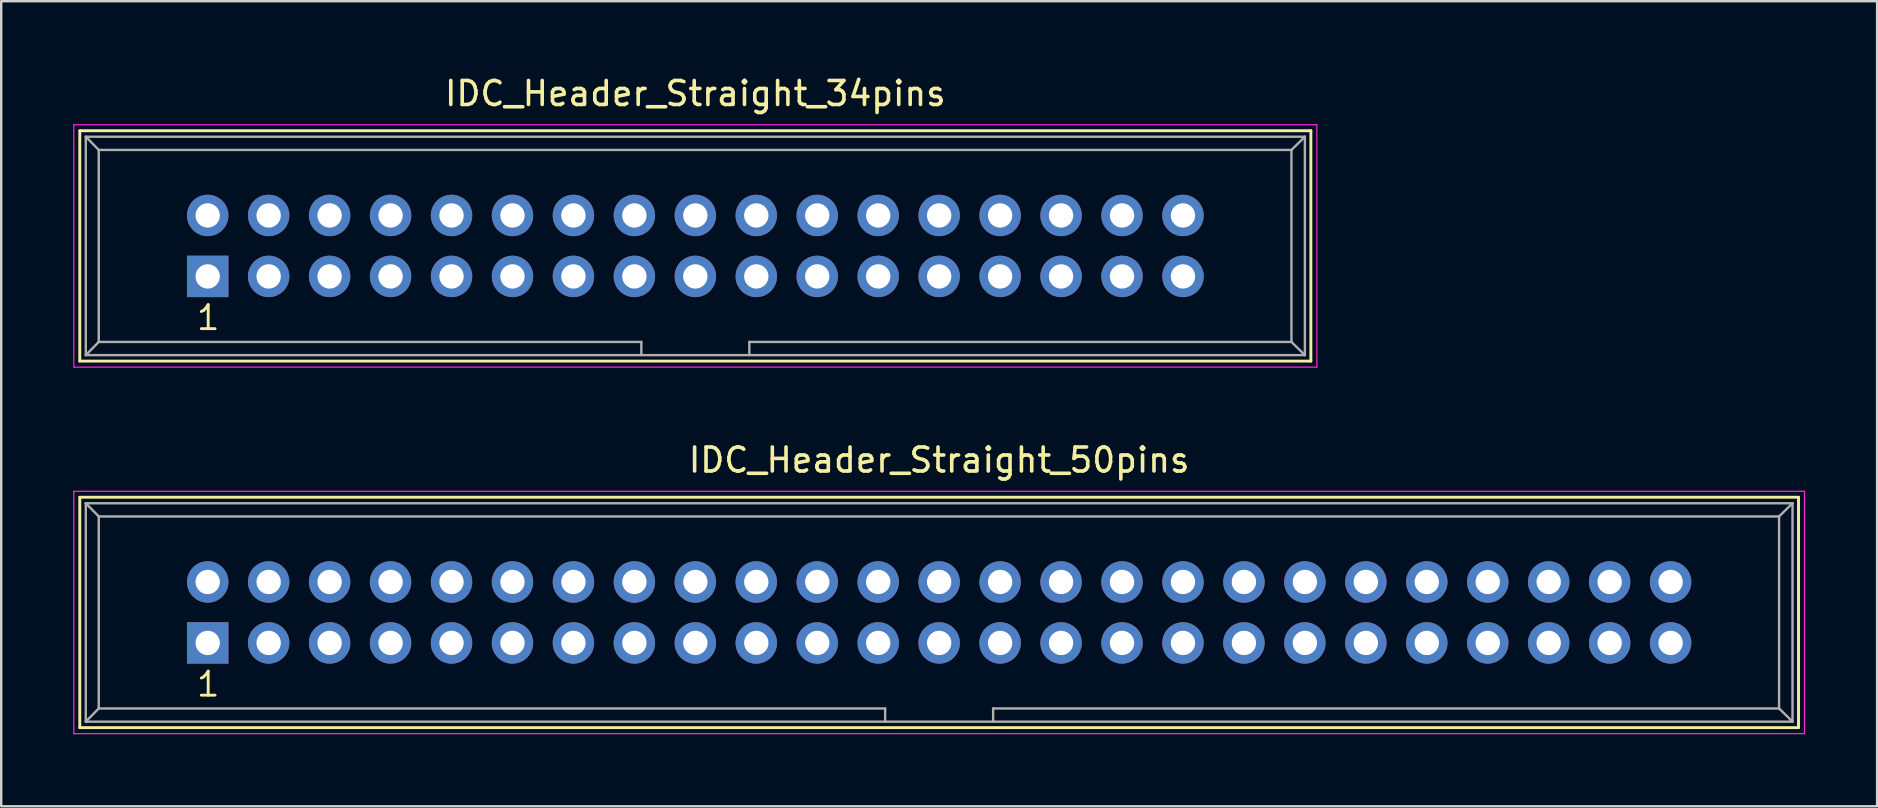
<source format=kicad_pcb>
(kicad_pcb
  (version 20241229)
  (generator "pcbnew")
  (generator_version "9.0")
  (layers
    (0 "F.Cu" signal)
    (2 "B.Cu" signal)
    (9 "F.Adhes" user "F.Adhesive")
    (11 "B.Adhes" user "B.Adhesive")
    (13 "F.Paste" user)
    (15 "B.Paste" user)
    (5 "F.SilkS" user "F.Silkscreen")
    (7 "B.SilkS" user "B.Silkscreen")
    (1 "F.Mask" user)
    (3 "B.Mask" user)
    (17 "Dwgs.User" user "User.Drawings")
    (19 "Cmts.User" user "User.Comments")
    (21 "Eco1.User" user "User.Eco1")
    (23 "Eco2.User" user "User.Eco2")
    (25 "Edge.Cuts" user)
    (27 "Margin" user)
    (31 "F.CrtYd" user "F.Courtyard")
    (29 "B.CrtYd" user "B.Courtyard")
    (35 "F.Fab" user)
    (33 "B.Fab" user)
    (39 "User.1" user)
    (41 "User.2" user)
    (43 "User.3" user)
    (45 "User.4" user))
  (footprint "IDC_Header_Straight_34pins"
    (layer "F.Cu")
    (at 5.605 8.468)
    (property "Reference" "IDC_Header_Straight_34pins" (at 20.32 -7.62 0) (layer "F.SilkS") (effects (font (size 1 1) (thickness 0.15))))
    (attr through_hole)
    (fp_line (start -5.33 -6.07) (end 45.97 -6.07) (stroke (width 0.12) (type solid)) (layer "F.SilkS"))
    (fp_line (start -5.33 3.53) (end -5.33 -6.07) (stroke (width 0.12) (type solid)) (layer "F.SilkS"))
    (fp_line (start 45.97 -6.07) (end 45.97 3.53) (stroke (width 0.12) (type solid)) (layer "F.SilkS"))
    (fp_line (start 45.97 3.53) (end -5.33 3.53) (stroke (width 0.12) (type solid)) (layer "F.SilkS"))
    (fp_line (start -5.58 -6.32) (end 46.22 -6.32) (stroke (width 0.05) (type solid)) (layer "F.CrtYd"))
    (fp_line (start -5.58 3.78) (end -5.58 -6.32) (stroke (width 0.05) (type solid)) (layer "F.CrtYd"))
    (fp_line (start 46.22 -6.32) (end 46.22 3.78) (stroke (width 0.05) (type solid)) (layer "F.CrtYd"))
    (fp_line (start 46.22 3.78) (end -5.58 3.78) (stroke (width 0.05) (type solid)) (layer "F.CrtYd"))
    (fp_line (start -5.08 -5.82) (end -5.08 3.28) (stroke (width 0.1) (type solid)) (layer "F.Fab"))
    (fp_line (start -5.08 -5.82) (end -4.54 -5.27) (stroke (width 0.1) (type solid)) (layer "F.Fab"))
    (fp_line (start -5.08 -5.82) (end 45.72 -5.82) (stroke (width 0.1) (type solid)) (layer "F.Fab"))
    (fp_line (start -5.08 3.28) (end -4.54 2.73) (stroke (width 0.1) (type solid)) (layer "F.Fab"))
    (fp_line (start -5.08 3.28) (end 45.72 3.28) (stroke (width 0.1) (type solid)) (layer "F.Fab"))
    (fp_line (start -4.54 -5.27) (end -4.54 2.73) (stroke (width 0.1) (type solid)) (layer "F.Fab"))
    (fp_line (start -4.54 -5.27) (end 45.16 -5.27) (stroke (width 0.1) (type solid)) (layer "F.Fab"))
    (fp_line (start -4.54 2.73) (end 18.07 2.73) (stroke (width 0.1) (type solid)) (layer "F.Fab"))
    (fp_line (start 18.07 2.73) (end 18.07 3.28) (stroke (width 0.1) (type solid)) (layer "F.Fab"))
    (fp_line (start 22.57 2.73) (end 22.57 3.28) (stroke (width 0.1) (type solid)) (layer "F.Fab"))
    (fp_line (start 22.57 2.73) (end 45.16 2.73) (stroke (width 0.1) (type solid)) (layer "F.Fab"))
    (fp_line (start 45.16 -5.27) (end 45.16 2.73) (stroke (width 0.1) (type solid)) (layer "F.Fab"))
    (fp_line (start 45.72 -5.82) (end 45.16 -5.27) (stroke (width 0.1) (type solid)) (layer "F.Fab"))
    (fp_line (start 45.72 -5.82) (end 45.72 3.28) (stroke (width 0.1) (type solid)) (layer "F.Fab"))
    (fp_line (start 45.72 3.28) (end 45.16 2.73) (stroke (width 0.1) (type solid)) (layer "F.Fab"))
    (fp_text user "1" (at 0.02 1.72 0) (layer "F.SilkS") (effects (font (size 1 1) (thickness 0.12))))
    (pad "1" thru_hole rect (at 0 0) (size 1.727 1.727) (drill 1.016) (layers "*.Cu" "*.Mask"))
    (pad "2" thru_hole oval (at 0 -2.54) (size 1.727 1.727) (drill 1.016) (layers "*.Cu" "*.Mask"))
    (pad "3" thru_hole oval (at 2.54 0) (size 1.727 1.727) (drill 1.016) (layers "*.Cu" "*.Mask"))
    (pad "4" thru_hole oval (at 2.54 -2.54) (size 1.727 1.727) (drill 1.016) (layers "*.Cu" "*.Mask"))
    (pad "5" thru_hole oval (at 5.08 0) (size 1.727 1.727) (drill 1.016) (layers "*.Cu" "*.Mask"))
    (pad "6" thru_hole oval (at 5.08 -2.54) (size 1.727 1.727) (drill 1.016) (layers "*.Cu" "*.Mask"))
    (pad "7" thru_hole oval (at 7.62 0) (size 1.727 1.727) (drill 1.016) (layers "*.Cu" "*.Mask"))
    (pad "8" thru_hole oval (at 7.62 -2.54) (size 1.727 1.727) (drill 1.016) (layers "*.Cu" "*.Mask"))
    (pad "9" thru_hole oval (at 10.16 0) (size 1.727 1.727) (drill 1.016) (layers "*.Cu" "*.Mask"))
    (pad "10" thru_hole oval (at 10.16 -2.54) (size 1.727 1.727) (drill 1.016) (layers "*.Cu" "*.Mask"))
    (pad "11" thru_hole oval (at 12.7 0) (size 1.727 1.727) (drill 1.016) (layers "*.Cu" "*.Mask"))
    (pad "12" thru_hole oval (at 12.7 -2.54) (size 1.727 1.727) (drill 1.016) (layers "*.Cu" "*.Mask"))
    (pad "13" thru_hole oval (at 15.24 0) (size 1.727 1.727) (drill 1.016) (layers "*.Cu" "*.Mask"))
    (pad "14" thru_hole oval (at 15.24 -2.54) (size 1.727 1.727) (drill 1.016) (layers "*.Cu" "*.Mask"))
    (pad "15" thru_hole oval (at 17.78 0) (size 1.727 1.727) (drill 1.016) (layers "*.Cu" "*.Mask"))
    (pad "16" thru_hole oval (at 17.78 -2.54) (size 1.727 1.727) (drill 1.016) (layers "*.Cu" "*.Mask"))
    (pad "17" thru_hole oval (at 20.32 0) (size 1.727 1.727) (drill 1.016) (layers "*.Cu" "*.Mask"))
    (pad "18" thru_hole oval (at 20.32 -2.54) (size 1.727 1.727) (drill 1.016) (layers "*.Cu" "*.Mask"))
    (pad "19" thru_hole oval (at 22.86 0) (size 1.727 1.727) (drill 1.016) (layers "*.Cu" "*.Mask"))
    (pad "20" thru_hole oval (at 22.86 -2.54) (size 1.727 1.727) (drill 1.016) (layers "*.Cu" "*.Mask"))
    (pad "21" thru_hole oval (at 25.4 0) (size 1.727 1.727) (drill 1.016) (layers "*.Cu" "*.Mask"))
    (pad "22" thru_hole oval (at 25.4 -2.54) (size 1.727 1.727) (drill 1.016) (layers "*.Cu" "*.Mask"))
    (pad "23" thru_hole oval (at 27.94 0) (size 1.727 1.727) (drill 1.016) (layers "*.Cu" "*.Mask"))
    (pad "24" thru_hole oval (at 27.94 -2.54) (size 1.727 1.727) (drill 1.016) (layers "*.Cu" "*.Mask"))
    (pad "25" thru_hole oval (at 30.48 0) (size 1.727 1.727) (drill 1.016) (layers "*.Cu" "*.Mask"))
    (pad "26" thru_hole oval (at 30.48 -2.54) (size 1.727 1.727) (drill 1.016) (layers "*.Cu" "*.Mask"))
    (pad "27" thru_hole oval (at 33.02 0) (size 1.727 1.727) (drill 1.016) (layers "*.Cu" "*.Mask"))
    (pad "28" thru_hole oval (at 33.02 -2.54) (size 1.727 1.727) (drill 1.016) (layers "*.Cu" "*.Mask"))
    (pad "29" thru_hole oval (at 35.56 0) (size 1.727 1.727) (drill 1.016) (layers "*.Cu" "*.Mask"))
    (pad "30" thru_hole oval (at 35.56 -2.54) (size 1.727 1.727) (drill 1.016) (layers "*.Cu" "*.Mask"))
    (pad "31" thru_hole oval (at 38.1 0) (size 1.727 1.727) (drill 1.016) (layers "*.Cu" "*.Mask"))
    (pad "32" thru_hole oval (at 38.1 -2.54) (size 1.727 1.727) (drill 1.016) (layers "*.Cu" "*.Mask"))
    (pad "33" thru_hole oval (at 40.64 0) (size 1.727 1.727) (drill 1.016) (layers "*.Cu" "*.Mask"))
    (pad "34" thru_hole oval (at 40.64 -2.54) (size 1.727 1.727) (drill 1.016) (layers "*.Cu" "*.Mask")))
  (footprint "IDC_Header_Straight_50pins"
    (layer "F.Cu")
    (at 5.605 23.741)
    (property "Reference" "IDC_Header_Straight_50pins" (at 30.48 -7.62 0) (layer "F.SilkS") (effects (font (size 1 1) (thickness 0.15))))
    (attr through_hole)
    (fp_line (start -5.33 -6.07) (end 66.29 -6.07) (stroke (width 0.12) (type solid)) (layer "F.SilkS"))
    (fp_line (start -5.33 3.53) (end -5.33 -6.07) (stroke (width 0.12) (type solid)) (layer "F.SilkS"))
    (fp_line (start 66.29 -6.07) (end 66.29 3.53) (stroke (width 0.12) (type solid)) (layer "F.SilkS"))
    (fp_line (start 66.29 3.53) (end -5.33 3.53) (stroke (width 0.12) (type solid)) (layer "F.SilkS"))
    (fp_line (start -5.58 -6.32) (end 66.54 -6.32) (stroke (width 0.05) (type solid)) (layer "F.CrtYd"))
    (fp_line (start -5.58 3.78) (end -5.58 -6.32) (stroke (width 0.05) (type solid)) (layer "F.CrtYd"))
    (fp_line (start 66.54 -6.32) (end 66.54 3.78) (stroke (width 0.05) (type solid)) (layer "F.CrtYd"))
    (fp_line (start 66.54 3.78) (end -5.58 3.78) (stroke (width 0.05) (type solid)) (layer "F.CrtYd"))
    (fp_line (start -5.08 -5.82) (end -5.08 3.28) (stroke (width 0.1) (type solid)) (layer "F.Fab"))
    (fp_line (start -5.08 -5.82) (end -4.54 -5.27) (stroke (width 0.1) (type solid)) (layer "F.Fab"))
    (fp_line (start -5.08 -5.82) (end 66.04 -5.82) (stroke (width 0.1) (type solid)) (layer "F.Fab"))
    (fp_line (start -5.08 3.28) (end -4.54 2.73) (stroke (width 0.1) (type solid)) (layer "F.Fab"))
    (fp_line (start -5.08 3.28) (end 66.04 3.28) (stroke (width 0.1) (type solid)) (layer "F.Fab"))
    (fp_line (start -4.54 -5.27) (end -4.54 2.73) (stroke (width 0.1) (type solid)) (layer "F.Fab"))
    (fp_line (start -4.54 -5.27) (end 65.48 -5.27) (stroke (width 0.1) (type solid)) (layer "F.Fab"))
    (fp_line (start -4.54 2.73) (end 28.23 2.73) (stroke (width 0.1) (type solid)) (layer "F.Fab"))
    (fp_line (start 28.23 2.73) (end 28.23 3.28) (stroke (width 0.1) (type solid)) (layer "F.Fab"))
    (fp_line (start 32.73 2.73) (end 32.73 3.28) (stroke (width 0.1) (type solid)) (layer "F.Fab"))
    (fp_line (start 32.73 2.73) (end 65.48 2.73) (stroke (width 0.1) (type solid)) (layer "F.Fab"))
    (fp_line (start 65.48 -5.27) (end 65.48 2.73) (stroke (width 0.1) (type solid)) (layer "F.Fab"))
    (fp_line (start 66.04 -5.82) (end 65.48 -5.27) (stroke (width 0.1) (type solid)) (layer "F.Fab"))
    (fp_line (start 66.04 -5.82) (end 66.04 3.28) (stroke (width 0.1) (type solid)) (layer "F.Fab"))
    (fp_line (start 66.04 3.28) (end 65.48 2.73) (stroke (width 0.1) (type solid)) (layer "F.Fab"))
    (fp_text user "1" (at 0.02 1.72 0) (layer "F.SilkS") (effects (font (size 1 1) (thickness 0.12))))
    (pad "1" thru_hole rect (at 0 0) (size 1.727 1.727) (drill 1.016) (layers "*.Cu" "*.Mask"))
    (pad "2" thru_hole oval (at 0 -2.54) (size 1.727 1.727) (drill 1.016) (layers "*.Cu" "*.Mask"))
    (pad "3" thru_hole oval (at 2.54 0) (size 1.727 1.727) (drill 1.016) (layers "*.Cu" "*.Mask"))
    (pad "4" thru_hole oval (at 2.54 -2.54) (size 1.727 1.727) (drill 1.016) (layers "*.Cu" "*.Mask"))
    (pad "5" thru_hole oval (at 5.08 0) (size 1.727 1.727) (drill 1.016) (layers "*.Cu" "*.Mask"))
    (pad "6" thru_hole oval (at 5.08 -2.54) (size 1.727 1.727) (drill 1.016) (layers "*.Cu" "*.Mask"))
    (pad "7" thru_hole oval (at 7.62 0) (size 1.727 1.727) (drill 1.016) (layers "*.Cu" "*.Mask"))
    (pad "8" thru_hole oval (at 7.62 -2.54) (size 1.727 1.727) (drill 1.016) (layers "*.Cu" "*.Mask"))
    (pad "9" thru_hole oval (at 10.16 0) (size 1.727 1.727) (drill 1.016) (layers "*.Cu" "*.Mask"))
    (pad "10" thru_hole oval (at 10.16 -2.54) (size 1.727 1.727) (drill 1.016) (layers "*.Cu" "*.Mask"))
    (pad "11" thru_hole oval (at 12.7 0) (size 1.727 1.727) (drill 1.016) (layers "*.Cu" "*.Mask"))
    (pad "12" thru_hole oval (at 12.7 -2.54) (size 1.727 1.727) (drill 1.016) (layers "*.Cu" "*.Mask"))
    (pad "13" thru_hole oval (at 15.24 0) (size 1.727 1.727) (drill 1.016) (layers "*.Cu" "*.Mask"))
    (pad "14" thru_hole oval (at 15.24 -2.54) (size 1.727 1.727) (drill 1.016) (layers "*.Cu" "*.Mask"))
    (pad "15" thru_hole oval (at 17.78 0) (size 1.727 1.727) (drill 1.016) (layers "*.Cu" "*.Mask"))
    (pad "16" thru_hole oval (at 17.78 -2.54) (size 1.727 1.727) (drill 1.016) (layers "*.Cu" "*.Mask"))
    (pad "17" thru_hole oval (at 20.32 0) (size 1.727 1.727) (drill 1.016) (layers "*.Cu" "*.Mask"))
    (pad "18" thru_hole oval (at 20.32 -2.54) (size 1.727 1.727) (drill 1.016) (layers "*.Cu" "*.Mask"))
    (pad "19" thru_hole oval (at 22.86 0) (size 1.727 1.727) (drill 1.016) (layers "*.Cu" "*.Mask"))
    (pad "20" thru_hole oval (at 22.86 -2.54) (size 1.727 1.727) (drill 1.016) (layers "*.Cu" "*.Mask"))
    (pad "21" thru_hole oval (at 25.4 0) (size 1.727 1.727) (drill 1.016) (layers "*.Cu" "*.Mask"))
    (pad "22" thru_hole oval (at 25.4 -2.54) (size 1.727 1.727) (drill 1.016) (layers "*.Cu" "*.Mask"))
    (pad "23" thru_hole oval (at 27.94 0) (size 1.727 1.727) (drill 1.016) (layers "*.Cu" "*.Mask"))
    (pad "24" thru_hole oval (at 27.94 -2.54) (size 1.727 1.727) (drill 1.016) (layers "*.Cu" "*.Mask"))
    (pad "25" thru_hole oval (at 30.48 0) (size 1.727 1.727) (drill 1.016) (layers "*.Cu" "*.Mask"))
    (pad "26" thru_hole oval (at 30.48 -2.54) (size 1.727 1.727) (drill 1.016) (layers "*.Cu" "*.Mask"))
    (pad "27" thru_hole oval (at 33.02 0) (size 1.727 1.727) (drill 1.016) (layers "*.Cu" "*.Mask"))
    (pad "28" thru_hole oval (at 33.02 -2.54) (size 1.727 1.727) (drill 1.016) (layers "*.Cu" "*.Mask"))
    (pad "29" thru_hole oval (at 35.56 0) (size 1.727 1.727) (drill 1.016) (layers "*.Cu" "*.Mask"))
    (pad "30" thru_hole oval (at 35.56 -2.54) (size 1.727 1.727) (drill 1.016) (layers "*.Cu" "*.Mask"))
    (pad "31" thru_hole oval (at 38.1 0) (size 1.727 1.727) (drill 1.016) (layers "*.Cu" "*.Mask"))
    (pad "32" thru_hole oval (at 38.1 -2.54) (size 1.727 1.727) (drill 1.016) (layers "*.Cu" "*.Mask"))
    (pad "33" thru_hole oval (at 40.64 0) (size 1.727 1.727) (drill 1.016) (layers "*.Cu" "*.Mask"))
    (pad "34" thru_hole oval (at 40.64 -2.54) (size 1.727 1.727) (drill 1.016) (layers "*.Cu" "*.Mask"))
    (pad "35" thru_hole oval (at 43.18 0) (size 1.727 1.727) (drill 1.016) (layers "*.Cu" "*.Mask"))
    (pad "36" thru_hole oval (at 43.18 -2.54) (size 1.727 1.727) (drill 1.016) (layers "*.Cu" "*.Mask"))
    (pad "37" thru_hole oval (at 45.72 0) (size 1.727 1.727) (drill 1.016) (layers "*.Cu" "*.Mask"))
    (pad "38" thru_hole oval (at 45.72 -2.54) (size 1.727 1.727) (drill 1.016) (layers "*.Cu" "*.Mask"))
    (pad "39" thru_hole oval (at 48.26 0) (size 1.727 1.727) (drill 1.016) (layers "*.Cu" "*.Mask"))
    (pad "40" thru_hole oval (at 48.26 -2.54) (size 1.727 1.727) (drill 1.016) (layers "*.Cu" "*.Mask"))
    (pad "41" thru_hole oval (at 50.8 0) (size 1.727 1.727) (drill 1.016) (layers "*.Cu" "*.Mask"))
    (pad "42" thru_hole oval (at 50.8 -2.54) (size 1.727 1.727) (drill 1.016) (layers "*.Cu" "*.Mask"))
    (pad "43" thru_hole oval (at 53.34 0) (size 1.727 1.727) (drill 1.016) (layers "*.Cu" "*.Mask"))
    (pad "44" thru_hole oval (at 53.34 -2.54) (size 1.727 1.727) (drill 1.016) (layers "*.Cu" "*.Mask"))
    (pad "45" thru_hole oval (at 55.88 0) (size 1.727 1.727) (drill 1.016) (layers "*.Cu" "*.Mask"))
    (pad "46" thru_hole oval (at 55.88 -2.54) (size 1.727 1.727) (drill 1.016) (layers "*.Cu" "*.Mask"))
    (pad "47" thru_hole oval (at 58.42 0) (size 1.727 1.727) (drill 1.016) (layers "*.Cu" "*.Mask"))
    (pad "48" thru_hole oval (at 58.42 -2.54) (size 1.727 1.727) (drill 1.016) (layers "*.Cu" "*.Mask"))
    (pad "49" thru_hole oval (at 60.96 0) (size 1.727 1.727) (drill 1.016) (layers "*.Cu" "*.Mask"))
    (pad "50" thru_hole oval (at 60.96 -2.54) (size 1.727 1.727) (drill 1.016) (layers "*.Cu" "*.Mask")))
  (gr_rect
    (start -3 -3)
    (end 75.17 30.547)
    (stroke (width 0.1) (type default))
    (fill no)
    (layer "Edge.Cuts")))
</source>
